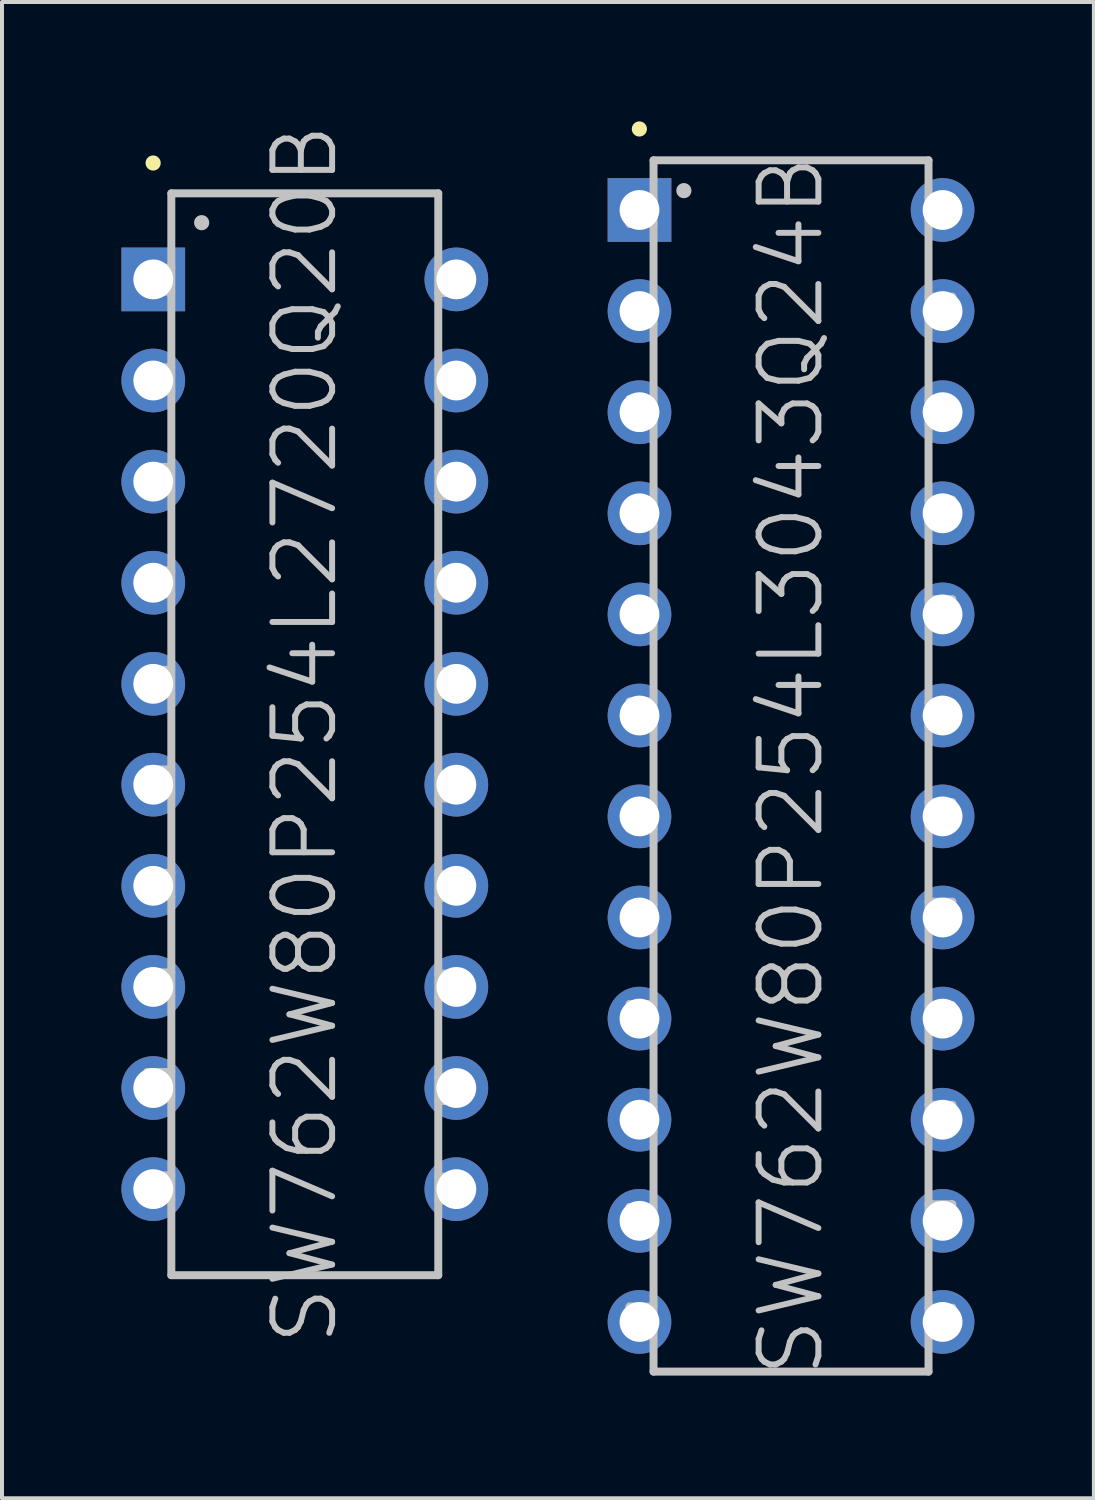
<source format=kicad_pcb>
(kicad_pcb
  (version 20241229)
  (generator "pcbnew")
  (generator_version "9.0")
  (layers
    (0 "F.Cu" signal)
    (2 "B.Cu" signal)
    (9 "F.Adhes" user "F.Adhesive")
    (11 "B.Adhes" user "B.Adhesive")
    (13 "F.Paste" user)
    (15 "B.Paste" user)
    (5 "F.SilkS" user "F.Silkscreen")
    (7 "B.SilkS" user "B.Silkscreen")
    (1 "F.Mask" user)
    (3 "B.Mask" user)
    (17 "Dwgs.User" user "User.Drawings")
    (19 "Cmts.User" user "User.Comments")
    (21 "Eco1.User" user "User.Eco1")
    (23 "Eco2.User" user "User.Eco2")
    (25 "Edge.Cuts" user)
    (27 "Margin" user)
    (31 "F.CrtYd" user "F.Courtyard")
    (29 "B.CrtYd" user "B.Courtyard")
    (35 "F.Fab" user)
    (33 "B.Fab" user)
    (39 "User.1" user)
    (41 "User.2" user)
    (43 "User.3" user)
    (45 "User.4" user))
  (footprint "SW762W80P254L2720Q20B"
    (layer "F.Cu")
    (at 4.607 15.396)
    (property "Reference" "SW762W80P254L2720Q20B" (at 0 0 90) (layer "Dwgs.User") (effects (font (size 1.5 1.5) (thickness 0.15))))
    (attr through_hole)
    (fp_line (start -3.81 -14.351) (end -3.81 -14.351) (stroke (width 0.381) (type solid)) (layer "F.SilkS"))
    (fp_line (start -3.955 -9.218) (end -3.955 -8.618) (stroke (width 0.2) (type solid)) (layer "Dwgs.User"))
    (fp_line (start -3.955 -8.618) (end -3.355 -8.618) (stroke (width 0.2) (type solid)) (layer "Dwgs.User"))
    (fp_line (start -3.955 -6.716) (end -3.955 -6.116) (stroke (width 0.2) (type solid)) (layer "Dwgs.User"))
    (fp_line (start -3.955 -6.116) (end -3.355 -6.116) (stroke (width 0.2) (type solid)) (layer "Dwgs.User"))
    (fp_line (start -3.955 -1.618) (end -3.955 -1.019) (stroke (width 0.2) (type solid)) (layer "Dwgs.User"))
    (fp_line (start -3.955 -1.019) (end -3.355 -1.019) (stroke (width 0.2) (type solid)) (layer "Dwgs.User"))
    (fp_line (start -3.955 0.884) (end -3.955 1.483) (stroke (width 0.2) (type solid)) (layer "Dwgs.User"))
    (fp_line (start -3.955 1.483) (end -3.355 1.483) (stroke (width 0.2) (type solid)) (layer "Dwgs.User"))
    (fp_line (start -3.955 5.982) (end -3.955 6.581) (stroke (width 0.2) (type solid)) (layer "Dwgs.User"))
    (fp_line (start -3.955 6.581) (end -3.355 6.581) (stroke (width 0.2) (type solid)) (layer "Dwgs.User"))
    (fp_line (start -3.955 8.484) (end -3.955 9.083) (stroke (width 0.2) (type solid)) (layer "Dwgs.User"))
    (fp_line (start -3.955 9.083) (end -3.355 9.083) (stroke (width 0.2) (type solid)) (layer "Dwgs.User"))
    (fp_line (start -3.952 -11.717) (end -3.952 -11.118) (stroke (width 0.2) (type solid)) (layer "Dwgs.User"))
    (fp_line (start -3.952 -11.118) (end -3.353 -11.118) (stroke (width 0.2) (type solid)) (layer "Dwgs.User"))
    (fp_line (start -3.952 -4.117) (end -3.952 -3.518) (stroke (width 0.2) (type solid)) (layer "Dwgs.User"))
    (fp_line (start -3.952 -3.518) (end -3.353 -3.518) (stroke (width 0.2) (type solid)) (layer "Dwgs.User"))
    (fp_line (start -3.952 3.482) (end -3.952 4.082) (stroke (width 0.2) (type solid)) (layer "Dwgs.User"))
    (fp_line (start -3.952 4.082) (end -3.353 4.082) (stroke (width 0.2) (type solid)) (layer "Dwgs.User"))
    (fp_line (start -3.952 11.082) (end -3.952 11.681) (stroke (width 0.2) (type solid)) (layer "Dwgs.User"))
    (fp_line (start -3.952 11.681) (end -3.353 11.681) (stroke (width 0.2) (type solid)) (layer "Dwgs.User"))
    (fp_line (start -3.355 -9.218) (end -3.955 -9.218) (stroke (width 0.2) (type solid)) (layer "Dwgs.User"))
    (fp_line (start -3.355 -6.716) (end -3.955 -6.716) (stroke (width 0.2) (type solid)) (layer "Dwgs.User"))
    (fp_line (start -3.355 -1.618) (end -3.955 -1.618) (stroke (width 0.2) (type solid)) (layer "Dwgs.User"))
    (fp_line (start -3.355 0.884) (end -3.955 0.884) (stroke (width 0.2) (type solid)) (layer "Dwgs.User"))
    (fp_line (start -3.355 5.982) (end -3.955 5.982) (stroke (width 0.2) (type solid)) (layer "Dwgs.User"))
    (fp_line (start -3.355 8.484) (end -3.955 8.484) (stroke (width 0.2) (type solid)) (layer "Dwgs.User"))
    (fp_line (start -3.353 -13.589) (end -3.353 13.589) (stroke (width 0.2) (type solid)) (layer "Dwgs.User"))
    (fp_line (start -3.353 -13.589) (end 3.353 -13.589) (stroke (width 0.2) (type solid)) (layer "Dwgs.User"))
    (fp_line (start -3.353 -11.717) (end -3.952 -11.717) (stroke (width 0.2) (type solid)) (layer "Dwgs.User"))
    (fp_line (start -3.353 -4.117) (end -3.952 -4.117) (stroke (width 0.2) (type solid)) (layer "Dwgs.User"))
    (fp_line (start -3.353 3.482) (end -3.952 3.482) (stroke (width 0.2) (type solid)) (layer "Dwgs.User"))
    (fp_line (start -3.353 11.082) (end -3.952 11.082) (stroke (width 0.2) (type solid)) (layer "Dwgs.User"))
    (fp_line (start -3.353 13.589) (end 3.353 13.589) (stroke (width 0.2) (type solid)) (layer "Dwgs.User"))
    (fp_line (start -2.591 -12.852) (end -2.591 -12.852) (stroke (width 0.381) (type solid)) (layer "Dwgs.User"))
    (fp_line (start 3.353 -13.589) (end 3.353 13.589) (stroke (width 0.2) (type solid)) (layer "Dwgs.User"))
    (fp_line (start 3.353 -11.087) (end 3.952 -11.087) (stroke (width 0.2) (type solid)) (layer "Dwgs.User"))
    (fp_line (start 3.353 -8.588) (end 3.952 -8.588) (stroke (width 0.2) (type solid)) (layer "Dwgs.User"))
    (fp_line (start 3.353 -5.987) (end 3.952 -5.987) (stroke (width 0.2) (type solid)) (layer "Dwgs.User"))
    (fp_line (start 3.353 -3.487) (end 3.952 -3.487) (stroke (width 0.2) (type solid)) (layer "Dwgs.User"))
    (fp_line (start 3.353 -0.988) (end 3.952 -0.988) (stroke (width 0.2) (type solid)) (layer "Dwgs.User"))
    (fp_line (start 3.353 1.613) (end 3.952 1.613) (stroke (width 0.2) (type solid)) (layer "Dwgs.User"))
    (fp_line (start 3.353 4.112) (end 3.952 4.112) (stroke (width 0.2) (type solid)) (layer "Dwgs.User"))
    (fp_line (start 3.353 6.612) (end 3.952 6.612) (stroke (width 0.2) (type solid)) (layer "Dwgs.User"))
    (fp_line (start 3.353 9.213) (end 3.952 9.213) (stroke (width 0.2) (type solid)) (layer "Dwgs.User"))
    (fp_line (start 3.353 11.712) (end 3.952 11.712) (stroke (width 0.2) (type solid)) (layer "Dwgs.User"))
    (fp_line (start 3.952 -11.687) (end 3.353 -11.687) (stroke (width 0.2) (type solid)) (layer "Dwgs.User"))
    (fp_line (start 3.952 -11.087) (end 3.952 -11.687) (stroke (width 0.2) (type solid)) (layer "Dwgs.User"))
    (fp_line (start 3.952 -9.187) (end 3.353 -9.187) (stroke (width 0.2) (type solid)) (layer "Dwgs.User"))
    (fp_line (start 3.952 -8.588) (end 3.952 -9.187) (stroke (width 0.2) (type solid)) (layer "Dwgs.User"))
    (fp_line (start 3.952 -6.586) (end 3.353 -6.586) (stroke (width 0.2) (type solid)) (layer "Dwgs.User"))
    (fp_line (start 3.952 -5.987) (end 3.952 -6.586) (stroke (width 0.2) (type solid)) (layer "Dwgs.User"))
    (fp_line (start 3.952 -4.087) (end 3.353 -4.087) (stroke (width 0.2) (type solid)) (layer "Dwgs.User"))
    (fp_line (start 3.952 -3.487) (end 3.952 -4.087) (stroke (width 0.2) (type solid)) (layer "Dwgs.User"))
    (fp_line (start 3.952 -1.587) (end 3.353 -1.587) (stroke (width 0.2) (type solid)) (layer "Dwgs.User"))
    (fp_line (start 3.952 -0.988) (end 3.952 -1.587) (stroke (width 0.2) (type solid)) (layer "Dwgs.User"))
    (fp_line (start 3.952 1.013) (end 3.353 1.013) (stroke (width 0.2) (type solid)) (layer "Dwgs.User"))
    (fp_line (start 3.952 1.613) (end 3.952 1.013) (stroke (width 0.2) (type solid)) (layer "Dwgs.User"))
    (fp_line (start 3.952 3.513) (end 3.353 3.513) (stroke (width 0.2) (type solid)) (layer "Dwgs.User"))
    (fp_line (start 3.952 4.112) (end 3.952 3.513) (stroke (width 0.2) (type solid)) (layer "Dwgs.User"))
    (fp_line (start 3.952 6.012) (end 3.353 6.012) (stroke (width 0.2) (type solid)) (layer "Dwgs.User"))
    (fp_line (start 3.952 6.612) (end 3.952 6.012) (stroke (width 0.2) (type solid)) (layer "Dwgs.User"))
    (fp_line (start 3.952 8.613) (end 3.353 8.613) (stroke (width 0.2) (type solid)) (layer "Dwgs.User"))
    (fp_line (start 3.952 9.213) (end 3.952 8.613) (stroke (width 0.2) (type solid)) (layer "Dwgs.User"))
    (fp_line (start 3.952 11.113) (end 3.353 11.113) (stroke (width 0.2) (type solid)) (layer "Dwgs.User"))
    (fp_line (start 3.952 11.712) (end 3.952 11.113) (stroke (width 0.2) (type solid)) (layer "Dwgs.User"))
    (pad "1" thru_hole rect (at -3.807 -11.427 180) (size 1.6 1.6) (drill 1) (layers "*.Cu" "*.Mask"))
    (pad "2" thru_hole circle (at -3.807 -8.887 180) (size 1.6 1.6) (drill 1) (layers "*.Cu" "*.Mask"))
    (pad "3" thru_hole circle (at -3.807 -6.347 180) (size 1.6 1.6) (drill 1) (layers "*.Cu" "*.Mask"))
    (pad "4" thru_hole circle (at -3.807 -3.807 180) (size 1.6 1.6) (drill 1) (layers "*.Cu" "*.Mask"))
    (pad "5" thru_hole circle (at -3.807 -1.267 180) (size 1.6 1.6) (drill 1) (layers "*.Cu" "*.Mask"))
    (pad "6" thru_hole circle (at -3.807 1.267 180) (size 1.6 1.6) (drill 1) (layers "*.Cu" "*.Mask"))
    (pad "7" thru_hole circle (at -3.807 3.807 180) (size 1.6 1.6) (drill 1) (layers "*.Cu" "*.Mask"))
    (pad "8" thru_hole circle (at -3.807 6.347 180) (size 1.6 1.6) (drill 1) (layers "*.Cu" "*.Mask"))
    (pad "9" thru_hole circle (at -3.807 8.887 180) (size 1.6 1.6) (drill 1) (layers "*.Cu" "*.Mask"))
    (pad "10" thru_hole circle (at -3.807 11.427 180) (size 1.6 1.6) (drill 1) (layers "*.Cu" "*.Mask"))
    (pad "11" thru_hole circle (at 3.807 11.427 180) (size 1.6 1.6) (drill 1) (layers "*.Cu" "*.Mask"))
    (pad "12" thru_hole circle (at 3.807 8.887 180) (size 1.6 1.6) (drill 1) (layers "*.Cu" "*.Mask"))
    (pad "13" thru_hole circle (at 3.807 6.347 180) (size 1.6 1.6) (drill 1) (layers "*.Cu" "*.Mask"))
    (pad "14" thru_hole circle (at 3.807 3.807 180) (size 1.6 1.6) (drill 1) (layers "*.Cu" "*.Mask"))
    (pad "15" thru_hole circle (at 3.807 1.267 180) (size 1.6 1.6) (drill 1) (layers "*.Cu" "*.Mask"))
    (pad "16" thru_hole circle (at 3.807 -1.267 180) (size 1.6 1.6) (drill 1) (layers "*.Cu" "*.Mask"))
    (pad "17" thru_hole circle (at 3.807 -3.807 180) (size 1.6 1.6) (drill 1) (layers "*.Cu" "*.Mask"))
    (pad "18" thru_hole circle (at 3.807 -6.347 180) (size 1.6 1.6) (drill 1) (layers "*.Cu" "*.Mask"))
    (pad "19" thru_hole circle (at 3.807 -8.887 180) (size 1.6 1.6) (drill 1) (layers "*.Cu" "*.Mask"))
    (pad "20" thru_hole circle (at 3.807 -11.427 180) (size 1.6 1.6) (drill 1) (layers "*.Cu" "*.Mask")))
  (footprint "SW762W80P254L3043Q24B"
    (layer "F.Cu")
    (at 16.822 16.192)
    (property "Reference" "SW762W80P254L3043Q24B" (at 0 0 90) (layer "Dwgs.User") (effects (font (size 1.5 1.5) (thickness 0.15))))
    (attr through_hole)
    (fp_line (start -3.81 -16.002) (end -3.81 -16.002) (stroke (width 0.381) (type solid)) (layer "F.SilkS"))
    (fp_line (start -4.056 -11.72) (end -4.056 -11.12) (stroke (width 0.2) (type solid)) (layer "Dwgs.User"))
    (fp_line (start -4.056 -11.12) (end -3.457 -11.12) (stroke (width 0.2) (type solid)) (layer "Dwgs.User"))
    (fp_line (start -4.056 -9.218) (end -4.056 -8.618) (stroke (width 0.2) (type solid)) (layer "Dwgs.User"))
    (fp_line (start -4.056 -8.618) (end -3.457 -8.618) (stroke (width 0.2) (type solid)) (layer "Dwgs.User"))
    (fp_line (start -4.056 -4.12) (end -4.056 -3.52) (stroke (width 0.2) (type solid)) (layer "Dwgs.User"))
    (fp_line (start -4.056 -3.52) (end -3.457 -3.52) (stroke (width 0.2) (type solid)) (layer "Dwgs.User"))
    (fp_line (start -4.056 -1.618) (end -4.056 -1.019) (stroke (width 0.2) (type solid)) (layer "Dwgs.User"))
    (fp_line (start -4.056 -1.019) (end -3.457 -1.019) (stroke (width 0.2) (type solid)) (layer "Dwgs.User"))
    (fp_line (start -4.056 3.48) (end -4.056 4.079) (stroke (width 0.2) (type solid)) (layer "Dwgs.User"))
    (fp_line (start -4.056 4.079) (end -3.457 4.079) (stroke (width 0.2) (type solid)) (layer "Dwgs.User"))
    (fp_line (start -4.056 5.982) (end -4.056 6.581) (stroke (width 0.2) (type solid)) (layer "Dwgs.User"))
    (fp_line (start -4.056 6.581) (end -3.457 6.581) (stroke (width 0.2) (type solid)) (layer "Dwgs.User"))
    (fp_line (start -4.056 11.079) (end -4.056 11.679) (stroke (width 0.2) (type solid)) (layer "Dwgs.User"))
    (fp_line (start -4.056 11.679) (end -3.457 11.679) (stroke (width 0.2) (type solid)) (layer "Dwgs.User"))
    (fp_line (start -4.056 13.581) (end -4.056 14.181) (stroke (width 0.2) (type solid)) (layer "Dwgs.User"))
    (fp_line (start -4.056 14.181) (end -3.457 14.181) (stroke (width 0.2) (type solid)) (layer "Dwgs.User"))
    (fp_line (start -4.054 -14.219) (end -4.054 -13.619) (stroke (width 0.2) (type solid)) (layer "Dwgs.User"))
    (fp_line (start -4.054 -13.619) (end -3.454 -13.619) (stroke (width 0.2) (type solid)) (layer "Dwgs.User"))
    (fp_line (start -4.054 -6.619) (end -4.054 -6.02) (stroke (width 0.2) (type solid)) (layer "Dwgs.User"))
    (fp_line (start -4.054 -6.02) (end -3.454 -6.02) (stroke (width 0.2) (type solid)) (layer "Dwgs.User"))
    (fp_line (start -4.054 0.98) (end -4.054 1.58) (stroke (width 0.2) (type solid)) (layer "Dwgs.User"))
    (fp_line (start -4.054 1.58) (end -3.454 1.58) (stroke (width 0.2) (type solid)) (layer "Dwgs.User"))
    (fp_line (start -4.054 8.58) (end -4.054 9.18) (stroke (width 0.2) (type solid)) (layer "Dwgs.User"))
    (fp_line (start -4.054 9.18) (end -3.454 9.18) (stroke (width 0.2) (type solid)) (layer "Dwgs.User"))
    (fp_line (start -3.457 -11.72) (end -4.056 -11.72) (stroke (width 0.2) (type solid)) (layer "Dwgs.User"))
    (fp_line (start -3.457 -9.218) (end -4.056 -9.218) (stroke (width 0.2) (type solid)) (layer "Dwgs.User"))
    (fp_line (start -3.457 -4.12) (end -4.056 -4.12) (stroke (width 0.2) (type solid)) (layer "Dwgs.User"))
    (fp_line (start -3.457 -1.618) (end -4.056 -1.618) (stroke (width 0.2) (type solid)) (layer "Dwgs.User"))
    (fp_line (start -3.457 3.48) (end -4.056 3.48) (stroke (width 0.2) (type solid)) (layer "Dwgs.User"))
    (fp_line (start -3.457 5.982) (end -4.056 5.982) (stroke (width 0.2) (type solid)) (layer "Dwgs.User"))
    (fp_line (start -3.457 11.079) (end -4.056 11.079) (stroke (width 0.2) (type solid)) (layer "Dwgs.User"))
    (fp_line (start -3.457 13.581) (end -4.056 13.581) (stroke (width 0.2) (type solid)) (layer "Dwgs.User"))
    (fp_line (start -3.454 -15.215) (end -3.454 15.215) (stroke (width 0.2) (type solid)) (layer "Dwgs.User"))
    (fp_line (start -3.454 -15.215) (end 3.454 -15.215) (stroke (width 0.2) (type solid)) (layer "Dwgs.User"))
    (fp_line (start -3.454 -14.219) (end -4.054 -14.219) (stroke (width 0.2) (type solid)) (layer "Dwgs.User"))
    (fp_line (start -3.454 -6.619) (end -4.054 -6.619) (stroke (width 0.2) (type solid)) (layer "Dwgs.User"))
    (fp_line (start -3.454 0.98) (end -4.054 0.98) (stroke (width 0.2) (type solid)) (layer "Dwgs.User"))
    (fp_line (start -3.454 8.58) (end -4.054 8.58) (stroke (width 0.2) (type solid)) (layer "Dwgs.User"))
    (fp_line (start -3.454 15.215) (end 3.454 15.215) (stroke (width 0.2) (type solid)) (layer "Dwgs.User"))
    (fp_line (start -2.692 -14.453) (end -2.692 -14.453) (stroke (width 0.381) (type solid)) (layer "Dwgs.User"))
    (fp_line (start 3.452 -13.688) (end 4.051 -13.688) (stroke (width 0.2) (type solid)) (layer "Dwgs.User"))
    (fp_line (start 3.452 -11.189) (end 4.051 -11.189) (stroke (width 0.2) (type solid)) (layer "Dwgs.User"))
    (fp_line (start 3.452 -8.588) (end 4.051 -8.588) (stroke (width 0.2) (type solid)) (layer "Dwgs.User"))
    (fp_line (start 3.452 -6.088) (end 4.051 -6.088) (stroke (width 0.2) (type solid)) (layer "Dwgs.User"))
    (fp_line (start 3.452 -3.589) (end 4.051 -3.589) (stroke (width 0.2) (type solid)) (layer "Dwgs.User"))
    (fp_line (start 3.452 -0.988) (end 4.051 -0.988) (stroke (width 0.2) (type solid)) (layer "Dwgs.User"))
    (fp_line (start 3.452 1.511) (end 4.051 1.511) (stroke (width 0.2) (type solid)) (layer "Dwgs.User"))
    (fp_line (start 3.452 4.011) (end 4.051 4.011) (stroke (width 0.2) (type solid)) (layer "Dwgs.User"))
    (fp_line (start 3.452 6.612) (end 4.051 6.612) (stroke (width 0.2) (type solid)) (layer "Dwgs.User"))
    (fp_line (start 3.452 9.111) (end 4.051 9.111) (stroke (width 0.2) (type solid)) (layer "Dwgs.User"))
    (fp_line (start 3.452 11.61) (end 4.051 11.61) (stroke (width 0.2) (type solid)) (layer "Dwgs.User"))
    (fp_line (start 3.452 14.211) (end 4.051 14.211) (stroke (width 0.2) (type solid)) (layer "Dwgs.User"))
    (fp_line (start 3.454 -15.215) (end 3.454 15.215) (stroke (width 0.2) (type solid)) (layer "Dwgs.User"))
    (fp_line (start 4.051 -14.287) (end 3.452 -14.287) (stroke (width 0.2) (type solid)) (layer "Dwgs.User"))
    (fp_line (start 4.051 -13.688) (end 4.051 -14.287) (stroke (width 0.2) (type solid)) (layer "Dwgs.User"))
    (fp_line (start 4.051 -11.788) (end 3.452 -11.788) (stroke (width 0.2) (type solid)) (layer "Dwgs.User"))
    (fp_line (start 4.051 -11.189) (end 4.051 -11.788) (stroke (width 0.2) (type solid)) (layer "Dwgs.User"))
    (fp_line (start 4.051 -9.187) (end 3.452 -9.187) (stroke (width 0.2) (type solid)) (layer "Dwgs.User"))
    (fp_line (start 4.051 -8.588) (end 4.051 -9.187) (stroke (width 0.2) (type solid)) (layer "Dwgs.User"))
    (fp_line (start 4.051 -6.688) (end 3.452 -6.688) (stroke (width 0.2) (type solid)) (layer "Dwgs.User"))
    (fp_line (start 4.051 -6.088) (end 4.051 -6.688) (stroke (width 0.2) (type solid)) (layer "Dwgs.User"))
    (fp_line (start 4.051 -4.188) (end 3.452 -4.188) (stroke (width 0.2) (type solid)) (layer "Dwgs.User"))
    (fp_line (start 4.051 -3.589) (end 4.051 -4.188) (stroke (width 0.2) (type solid)) (layer "Dwgs.User"))
    (fp_line (start 4.051 -1.587) (end 3.452 -1.587) (stroke (width 0.2) (type solid)) (layer "Dwgs.User"))
    (fp_line (start 4.051 -0.988) (end 4.051 -1.587) (stroke (width 0.2) (type solid)) (layer "Dwgs.User"))
    (fp_line (start 4.051 0.912) (end 3.452 0.912) (stroke (width 0.2) (type solid)) (layer "Dwgs.User"))
    (fp_line (start 4.051 1.511) (end 4.051 0.912) (stroke (width 0.2) (type solid)) (layer "Dwgs.User"))
    (fp_line (start 4.051 3.411) (end 3.452 3.411) (stroke (width 0.2) (type solid)) (layer "Dwgs.User"))
    (fp_line (start 4.051 4.011) (end 4.051 3.411) (stroke (width 0.2) (type solid)) (layer "Dwgs.User"))
    (fp_line (start 4.051 6.012) (end 3.452 6.012) (stroke (width 0.2) (type solid)) (layer "Dwgs.User"))
    (fp_line (start 4.051 6.612) (end 4.051 6.012) (stroke (width 0.2) (type solid)) (layer "Dwgs.User"))
    (fp_line (start 4.051 8.512) (end 3.452 8.512) (stroke (width 0.2) (type solid)) (layer "Dwgs.User"))
    (fp_line (start 4.051 9.111) (end 4.051 8.512) (stroke (width 0.2) (type solid)) (layer "Dwgs.User"))
    (fp_line (start 4.051 11.011) (end 3.452 11.011) (stroke (width 0.2) (type solid)) (layer "Dwgs.User"))
    (fp_line (start 4.051 11.61) (end 4.051 11.011) (stroke (width 0.2) (type solid)) (layer "Dwgs.User"))
    (fp_line (start 4.051 13.612) (end 3.452 13.612) (stroke (width 0.2) (type solid)) (layer "Dwgs.User"))
    (fp_line (start 4.051 14.211) (end 4.051 13.612) (stroke (width 0.2) (type solid)) (layer "Dwgs.User"))
    (pad "1" thru_hole rect (at -3.807 -13.967 180) (size 1.6 1.6) (drill 1) (layers "*.Cu" "*.Mask"))
    (pad "2" thru_hole circle (at -3.807 -11.427 180) (size 1.6 1.6) (drill 1) (layers "*.Cu" "*.Mask"))
    (pad "3" thru_hole circle (at -3.807 -8.887 180) (size 1.6 1.6) (drill 1) (layers "*.Cu" "*.Mask"))
    (pad "4" thru_hole circle (at -3.807 -6.347 180) (size 1.6 1.6) (drill 1) (layers "*.Cu" "*.Mask"))
    (pad "5" thru_hole circle (at -3.807 -3.807 180) (size 1.6 1.6) (drill 1) (layers "*.Cu" "*.Mask"))
    (pad "6" thru_hole circle (at -3.807 -1.267 180) (size 1.6 1.6) (drill 1) (layers "*.Cu" "*.Mask"))
    (pad "7" thru_hole circle (at -3.807 1.267 180) (size 1.6 1.6) (drill 1) (layers "*.Cu" "*.Mask"))
    (pad "8" thru_hole circle (at -3.807 3.807 180) (size 1.6 1.6) (drill 1) (layers "*.Cu" "*.Mask"))
    (pad "9" thru_hole circle (at -3.807 6.347 180) (size 1.6 1.6) (drill 1) (layers "*.Cu" "*.Mask"))
    (pad "10" thru_hole circle (at -3.807 8.887 180) (size 1.6 1.6) (drill 1) (layers "*.Cu" "*.Mask"))
    (pad "11" thru_hole circle (at -3.807 11.427 180) (size 1.6 1.6) (drill 1) (layers "*.Cu" "*.Mask"))
    (pad "12" thru_hole circle (at -3.807 13.967 180) (size 1.6 1.6) (drill 1) (layers "*.Cu" "*.Mask"))
    (pad "13" thru_hole circle (at 3.807 13.967 180) (size 1.6 1.6) (drill 1) (layers "*.Cu" "*.Mask"))
    (pad "14" thru_hole circle (at 3.807 11.427 180) (size 1.6 1.6) (drill 1) (layers "*.Cu" "*.Mask"))
    (pad "15" thru_hole circle (at 3.807 8.887 180) (size 1.6 1.6) (drill 1) (layers "*.Cu" "*.Mask"))
    (pad "16" thru_hole circle (at 3.807 6.347 180) (size 1.6 1.6) (drill 1) (layers "*.Cu" "*.Mask"))
    (pad "17" thru_hole circle (at 3.807 3.807 180) (size 1.6 1.6) (drill 1) (layers "*.Cu" "*.Mask"))
    (pad "18" thru_hole circle (at 3.807 1.267 180) (size 1.6 1.6) (drill 1) (layers "*.Cu" "*.Mask"))
    (pad "19" thru_hole circle (at 3.807 -1.267 180) (size 1.6 1.6) (drill 1) (layers "*.Cu" "*.Mask"))
    (pad "20" thru_hole circle (at 3.807 -3.807 180) (size 1.6 1.6) (drill 1) (layers "*.Cu" "*.Mask"))
    (pad "21" thru_hole circle (at 3.807 -6.347 180) (size 1.6 1.6) (drill 1) (layers "*.Cu" "*.Mask"))
    (pad "22" thru_hole circle (at 3.807 -8.887 180) (size 1.6 1.6) (drill 1) (layers "*.Cu" "*.Mask"))
    (pad "23" thru_hole circle (at 3.807 -11.427 180) (size 1.6 1.6) (drill 1) (layers "*.Cu" "*.Mask"))
    (pad "24" thru_hole circle (at 3.807 -13.967 180) (size 1.6 1.6) (drill 1) (layers "*.Cu" "*.Mask")))
  (gr_rect
    (start -3 -3)
    (end 24.43 34.589)
    (stroke (width 0.1) (type default))
    (fill no)
    (layer "Edge.Cuts")))
</source>
